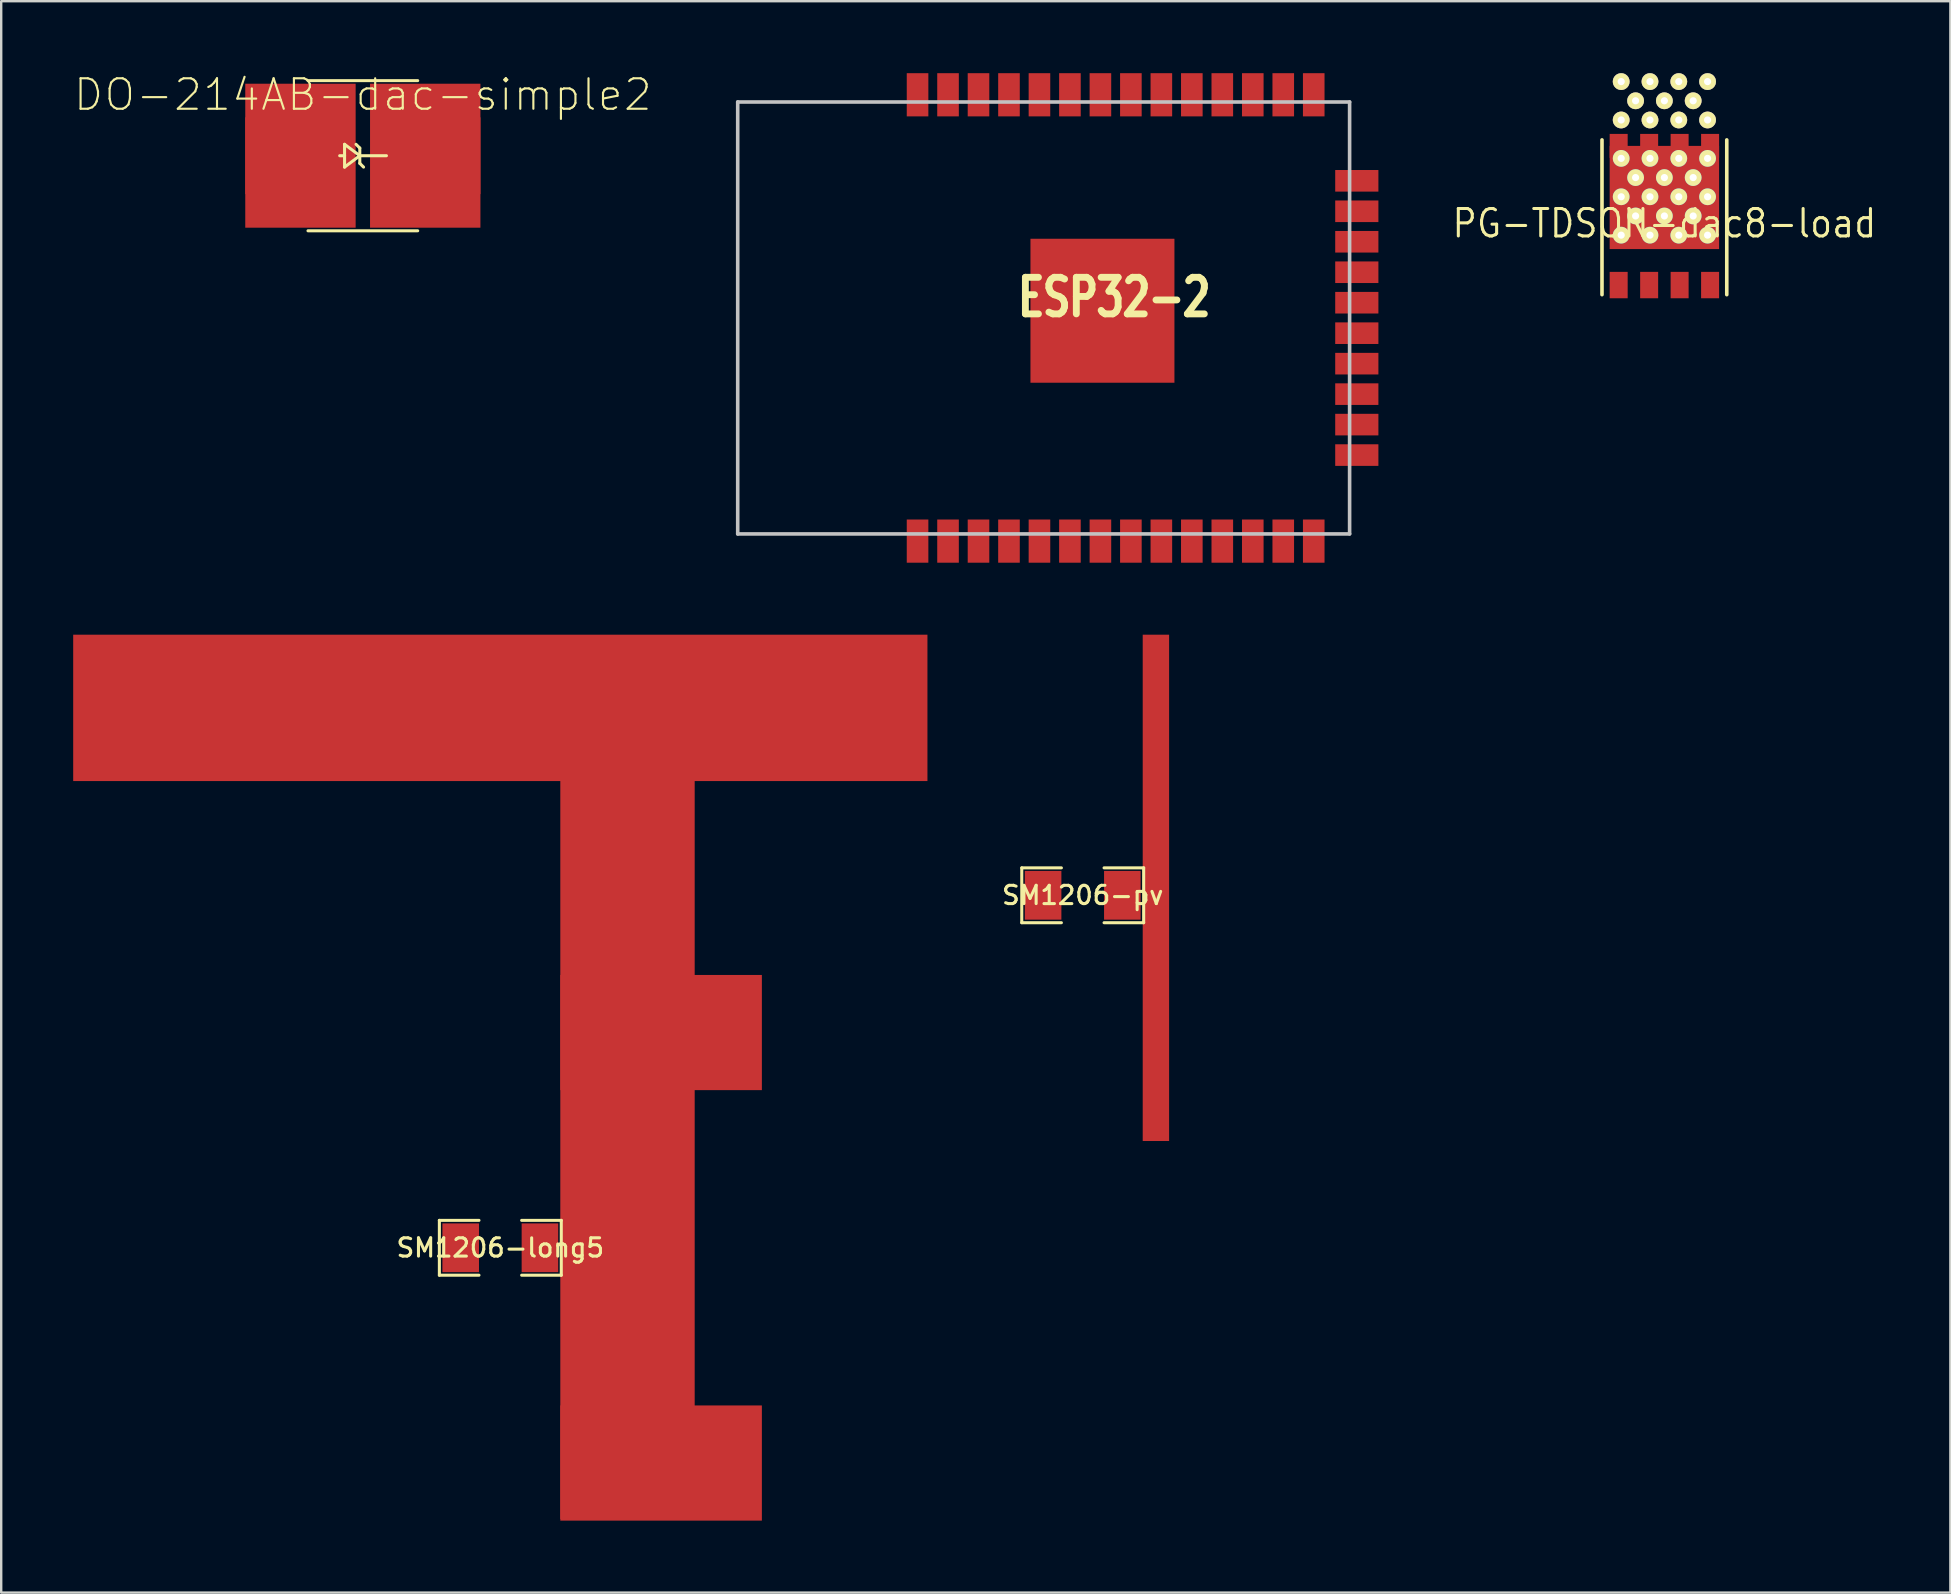
<source format=kicad_pcb>
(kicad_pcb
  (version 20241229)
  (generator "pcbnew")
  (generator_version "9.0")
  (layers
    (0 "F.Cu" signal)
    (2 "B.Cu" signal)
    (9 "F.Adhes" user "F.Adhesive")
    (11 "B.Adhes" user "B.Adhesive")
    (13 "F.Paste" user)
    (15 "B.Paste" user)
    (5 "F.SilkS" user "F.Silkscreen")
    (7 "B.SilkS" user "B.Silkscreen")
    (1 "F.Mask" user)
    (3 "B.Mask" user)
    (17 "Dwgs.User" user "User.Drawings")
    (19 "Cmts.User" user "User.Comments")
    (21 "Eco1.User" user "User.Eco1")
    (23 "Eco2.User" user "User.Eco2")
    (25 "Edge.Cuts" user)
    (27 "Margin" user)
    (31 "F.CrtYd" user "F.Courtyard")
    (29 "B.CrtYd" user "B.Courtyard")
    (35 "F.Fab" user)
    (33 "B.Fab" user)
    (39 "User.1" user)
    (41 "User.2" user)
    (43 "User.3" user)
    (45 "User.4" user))
  (footprint "SM1206-pv"
    (layer "F.Cu")
    (at 42.071 34.26)
    (property "Reference" "SM1206-pv" (at 0 0 0) (layer "F.SilkS") (effects (font (size 0.762 0.762) (thickness 0.127))))
    (attr smd)
    (fp_line (start -2.54 -1.143) (end -2.54 1.143) (stroke (width 0.127) (type solid)) (layer "F.SilkS"))
    (fp_line (start -2.54 1.143) (end -0.889 1.143) (stroke (width 0.127) (type solid)) (layer "F.SilkS"))
    (fp_line (start -0.889 -1.143) (end -2.54 -1.143) (stroke (width 0.127) (type solid)) (layer "F.SilkS"))
    (fp_line (start 0.889 -1.143) (end 2.54 -1.143) (stroke (width 0.127) (type solid)) (layer "F.SilkS"))
    (fp_line (start 2.54 -1.143) (end 2.54 1.143) (stroke (width 0.127) (type solid)) (layer "F.SilkS"))
    (fp_line (start 2.54 1.143) (end 0.889 1.143) (stroke (width 0.127) (type solid)) (layer "F.SilkS"))
    (pad "1" smd rect (at -1.651 0) (size 1.524 2.032) (layers "F.Cu" "F.Mask" "F.Paste"))
    (pad "2" smd rect (at 1.651 0) (size 1.524 2.032) (layers "F.Cu" "F.Mask" "F.Paste"))
    (pad "2" smd rect (at 3.05 -0.31) (size 1.1 21.1) (layers "F.Cu")))
  (footprint "DO-214AB-dac-simple2"
    (layer "F.Cu")
    (at 12.071 3.439)
    (property "Reference" "DO-214AB-dac-simple2" (at 0 -2.54 0) (layer "F.SilkS") (effects (font (size 1.27 1.27) (thickness 0.089))))
    (attr smd)
    (fp_line (start -2.286 -3.129) (end 2.286 -3.129) (stroke (width 0.127) (type solid)) (layer "F.SilkS"))
    (fp_line (start -2.286 3.129) (end 2.286 3.129) (stroke (width 0.127) (type solid)) (layer "F.SilkS"))
    (fp_line (start -0.762 -0.475) (end -0.762 0) (stroke (width 0.127) (type solid)) (layer "F.SilkS"))
    (fp_line (start -0.762 0) (end -0.965 0) (stroke (width 0.127) (type solid)) (layer "F.SilkS"))
    (fp_line (start -0.762 0) (end -0.762 0.475) (stroke (width 0.127) (type solid)) (layer "F.SilkS"))
    (fp_line (start -0.762 0.475) (end -0.127 0) (stroke (width 0.127) (type solid)) (layer "F.SilkS"))
    (fp_line (start -0.127 -0.318) (end -0.284 -0.475) (stroke (width 0.127) (type solid)) (layer "F.SilkS"))
    (fp_line (start -0.127 0) (end -0.762 -0.475) (stroke (width 0.127) (type solid)) (layer "F.SilkS"))
    (fp_line (start -0.127 0) (end -0.127 -0.318) (stroke (width 0.127) (type solid)) (layer "F.SilkS"))
    (fp_line (start -0.127 0) (end -0.127 0.318) (stroke (width 0.127) (type solid)) (layer "F.SilkS"))
    (fp_line (start -0.127 0) (end 0.983 0) (stroke (width 0.127) (type solid)) (layer "F.SilkS"))
    (fp_line (start -0.127 0.318) (end 0.03 0.475) (stroke (width 0.127) (type solid)) (layer "F.SilkS"))
    (pad "1" smd rect (at -3.6 0) (size 2.601 3.2) (layers "F.Cu" "F.Mask" "F.Paste"))
    (pad "1" smd rect (at -2.6 0) (size 4.6 6) (layers "F.Cu"))
    (pad "2" smd rect (at 2.6 0) (size 4.6 6) (layers "F.Cu"))
    (pad "2" smd rect (at 3.6 0) (size 2.601 3.2) (layers "F.Cu" "F.Mask" "F.Paste")))
  (footprint "ESP32-2"
    (layer "F.Cu")
    (at 43.443 10.2)
    (property "Reference" "ESP32-2" (at -0.06 -0.86 0) (layer "F.SilkS") (effects (font (size 1.524 1.143) (thickness 0.305))))
    (attr through_hole)
    (fp_line (start -15.75 -9) (end -9.75 -9) (stroke (width 0.15) (type solid)) (layer "F.Mask"))
    (fp_line (start -15.75 9) (end -15.75 -9) (stroke (width 0.15) (type solid)) (layer "F.Mask"))
    (fp_line (start -9.75 -9) (end -9.75 9) (stroke (width 0.15) (type solid)) (layer "F.Mask"))
    (fp_line (start -9.75 9) (end -15.75 9) (stroke (width 0.15) (type solid)) (layer "F.Mask"))
    (fp_line (start -15.75 9) (end -15.75 -9) (stroke (width 0.15) (type solid)) (layer "Dwgs.User"))
    (fp_line (start 9.75 -9) (end -15.75 -9) (stroke (width 0.15) (type solid)) (layer "Dwgs.User"))
    (fp_line (start 9.75 -9) (end 9.75 9) (stroke (width 0.15) (type solid)) (layer "Dwgs.User"))
    (fp_line (start 9.75 9) (end -15.75 9) (stroke (width 0.15) (type solid)) (layer "Dwgs.User"))
    (pad "" smd rect (at -12.8 0) (size 7 20) (layers "F.Mask"))
    (pad "1" smd rect (at -8.255 9.3) (size 0.9 1.8) (layers "F.Cu" "F.Mask" "F.Paste"))
    (pad "2" smd rect (at -6.985 9.3) (size 0.9 1.8) (layers "F.Cu" "F.Mask" "F.Paste"))
    (pad "3" smd rect (at -5.715 9.3) (size 0.9 1.8) (layers "F.Cu" "F.Mask" "F.Paste"))
    (pad "4" smd rect (at -4.445 9.3) (size 0.9 1.8) (layers "F.Cu" "F.Mask" "F.Paste"))
    (pad "5" smd rect (at -3.175 9.3) (size 0.9 1.8) (layers "F.Cu" "F.Mask" "F.Paste"))
    (pad "6" smd rect (at -1.905 9.3) (size 0.9 1.8) (layers "F.Cu" "F.Mask" "F.Paste"))
    (pad "7" smd rect (at -0.635 9.3) (size 0.9 1.8) (layers "F.Cu" "F.Mask" "F.Paste"))
    (pad "8" smd rect (at 0.635 9.3) (size 0.9 1.8) (layers "F.Cu" "F.Mask" "F.Paste"))
    (pad "9" smd rect (at 1.905 9.3) (size 0.9 1.8) (layers "F.Cu" "F.Mask" "F.Paste"))
    (pad "10" smd rect (at 3.175 9.3) (size 0.9 1.8) (layers "F.Cu" "F.Mask" "F.Paste"))
    (pad "11" smd rect (at 4.445 9.3) (size 0.9 1.8) (layers "F.Cu" "F.Mask" "F.Paste"))
    (pad "12" smd rect (at 5.715 9.3) (size 0.9 1.8) (layers "F.Cu" "F.Mask" "F.Paste"))
    (pad "13" smd rect (at 6.985 9.3) (size 0.9 1.8) (layers "F.Cu" "F.Mask" "F.Paste"))
    (pad "14" smd rect (at 8.255 9.3) (size 0.9 1.8) (layers "F.Cu" "F.Mask" "F.Paste"))
    (pad "15" smd rect (at 10.05 5.715) (size 1.8 0.9) (layers "F.Cu" "F.Mask" "F.Paste"))
    (pad "16" smd rect (at 10.05 4.445) (size 1.8 0.9) (layers "F.Cu" "F.Mask" "F.Paste"))
    (pad "17" smd rect (at 10.05 3.175) (size 1.8 0.9) (layers "F.Cu" "F.Mask" "F.Paste"))
    (pad "18" smd rect (at 10.05 1.905) (size 1.8 0.9) (layers "F.Cu" "F.Mask" "F.Paste"))
    (pad "19" smd rect (at 10.05 0.635) (size 1.8 0.9) (layers "F.Cu" "F.Mask" "F.Paste"))
    (pad "20" smd rect (at 10.05 -0.635) (size 1.8 0.9) (layers "F.Cu" "F.Mask" "F.Paste"))
    (pad "21" smd rect (at 10.05 -1.905) (size 1.8 0.9) (layers "F.Cu" "F.Mask" "F.Paste"))
    (pad "22" smd rect (at 10.05 -3.175) (size 1.8 0.9) (layers "F.Cu" "F.Mask" "F.Paste"))
    (pad "23" smd rect (at 10.05 -4.445) (size 1.8 0.9) (layers "F.Cu" "F.Mask" "F.Paste"))
    (pad "24" smd rect (at 10.05 -5.715) (size 1.8 0.9) (layers "F.Cu" "F.Mask" "F.Paste"))
    (pad "25" smd rect (at 8.255 -9.3) (size 0.9 1.8) (layers "F.Cu" "F.Mask" "F.Paste"))
    (pad "26" smd rect (at 6.985 -9.3) (size 0.9 1.8) (layers "F.Cu" "F.Mask" "F.Paste"))
    (pad "27" smd rect (at 5.715 -9.3) (size 0.9 1.8) (layers "F.Cu" "F.Mask" "F.Paste"))
    (pad "28" smd rect (at 4.445 -9.3) (size 0.9 1.8) (layers "F.Cu" "F.Mask" "F.Paste"))
    (pad "29" smd rect (at 3.175 -9.3) (size 0.9 1.8) (layers "F.Cu" "F.Mask" "F.Paste"))
    (pad "30" smd rect (at 1.905 -9.3) (size 0.9 1.8) (layers "F.Cu" "F.Mask" "F.Paste"))
    (pad "31" smd rect (at 0.635 -9.3) (size 0.9 1.8) (layers "F.Cu" "F.Mask" "F.Paste"))
    (pad "32" smd rect (at -0.635 -9.3) (size 0.9 1.8) (layers "F.Cu" "F.Mask" "F.Paste"))
    (pad "33" smd rect (at -1.905 -9.3) (size 0.9 1.8) (layers "F.Cu" "F.Mask" "F.Paste"))
    (pad "34" smd rect (at -3.175 -9.3) (size 0.9 1.8) (layers "F.Cu" "F.Mask" "F.Paste"))
    (pad "35" smd rect (at -4.445 -9.3) (size 0.9 1.8) (layers "F.Cu" "F.Mask" "F.Paste"))
    (pad "36" smd rect (at -5.715 -9.3) (size 0.9 1.8) (layers "F.Cu" "F.Mask" "F.Paste"))
    (pad "37" smd rect (at -6.985 -9.3) (size 0.9 1.8) (layers "F.Cu" "F.Mask" "F.Paste"))
    (pad "38" smd rect (at -8.255 -9.3) (size 0.9 1.8) (layers "F.Cu" "F.Mask" "F.Paste"))
    (pad "39" smd rect (at -0.55 -0.3) (size 6 6) (layers "F.Cu" "F.Mask" "F.Paste")))
  (footprint "PG-TDSON-dac8-load"
    (layer "F.Cu")
    (at 66.311 7.53)
    (property "Reference" "PG-TDSON-dac8-load" (at 0 -1.27 0) (layer "F.SilkS") (effects (font (size 1.143 1.016) (thickness 0.127))))
    (attr smd)
    (fp_line (start -2.6 -4.75) (end -2.6 1.7) (stroke (width 0.15) (type solid)) (layer "F.SilkS"))
    (fp_line (start 2.6 -4.75) (end 2.6 1.7) (stroke (width 0.15) (type solid)) (layer "F.SilkS"))
    (pad "D" smd rect (at -1.905 -4.5) (size 0.75 1) (layers "F.Cu" "F.Mask" "F.Paste"))
    (pad "D" thru_hole circle (at -1.8 -7.18) (size 0.7 0.7) (drill 0.3) (layers "*.Cu" "*.Mask" "F.SilkS"))
    (pad "D" thru_hole circle (at -1.8 -5.58) (size 0.7 0.7) (drill 0.3) (layers "*.Cu" "*.Mask" "F.SilkS"))
    (pad "D" thru_hole circle (at -1.8 -3.98) (size 0.7 0.7) (drill 0.3) (layers "*.Cu" "*.Mask" "F.SilkS"))
    (pad "D" thru_hole circle (at -1.8 -2.38) (size 0.7 0.7) (drill 0.3) (layers "*.Cu" "*.Mask" "F.SilkS"))
    (pad "D" thru_hole circle (at -1.8 -0.78) (size 0.7 0.7) (drill 0.3) (layers "*.Cu" "*.Mask" "F.SilkS"))
    (pad "D" thru_hole circle (at -1.2 -6.38) (size 0.7 0.7) (drill 0.3) (layers "*.Cu" "*.Mask" "F.SilkS"))
    (pad "D" thru_hole circle (at -1.2 -3.18) (size 0.7 0.7) (drill 0.3) (layers "*.Cu" "*.Mask" "F.SilkS"))
    (pad "D" thru_hole circle (at -1.2 -1.58) (size 0.7 0.7) (drill 0.3) (layers "*.Cu" "*.Mask" "F.SilkS"))
    (pad "D" smd rect (at -1.15 -3) (size 1.8 1.5) (layers "*.Paste" "F.Cu"))
    (pad "D" smd rect (at -1.15 -1.175) (size 1.8 1.5) (layers "*.Paste" "F.Cu"))
    (pad "D" smd rect (at -0.635 -4.5) (size 0.75 1) (layers "F.Cu" "F.Mask" "F.Paste"))
    (pad "D" thru_hole circle (at -0.6 -7.18) (size 0.7 0.7) (drill 0.3) (layers "*.Cu" "*.Mask" "F.SilkS"))
    (pad "D" thru_hole circle (at -0.6 -5.58) (size 0.7 0.7) (drill 0.3) (layers "*.Cu" "*.Mask" "F.SilkS"))
    (pad "D" thru_hole circle (at -0.6 -3.98) (size 0.7 0.7) (drill 0.3) (layers "*.Cu" "*.Mask" "F.SilkS"))
    (pad "D" thru_hole circle (at -0.6 -2.38) (size 0.7 0.7) (drill 0.3) (layers "*.Cu" "*.Mask" "F.SilkS"))
    (pad "D" thru_hole circle (at -0.6 -0.78) (size 0.7 0.7) (drill 0.3) (layers "*.Cu" "*.Mask" "F.SilkS"))
    (pad "D" thru_hole circle (at 0 -6.38) (size 0.7 0.7) (drill 0.3) (layers "*.Cu" "*.Mask" "F.SilkS"))
    (pad "D" thru_hole circle (at 0 -3.18) (size 0.7 0.7) (drill 0.3) (layers "*.Cu" "*.Mask" "F.SilkS"))
    (pad "D" smd rect (at 0 -2.35) (size 4.56 4.3) (layers "F.Cu" "F.Mask"))
    (pad "D" thru_hole circle (at 0 -1.58) (size 0.7 0.7) (drill 0.3) (layers "*.Cu" "*.Mask" "F.SilkS"))
    (pad "D" thru_hole circle (at 0.6 -7.18) (size 0.7 0.7) (drill 0.3) (layers "*.Cu" "*.Mask" "F.SilkS"))
    (pad "D" thru_hole circle (at 0.6 -5.58) (size 0.7 0.7) (drill 0.3) (layers "*.Cu" "*.Mask" "F.SilkS"))
    (pad "D" thru_hole circle (at 0.6 -3.98) (size 0.7 0.7) (drill 0.3) (layers "*.Cu" "*.Mask" "F.SilkS"))
    (pad "D" thru_hole circle (at 0.6 -2.38) (size 0.7 0.7) (drill 0.3) (layers "*.Cu" "*.Mask" "F.SilkS"))
    (pad "D" thru_hole circle (at 0.6 -0.78) (size 0.7 0.7) (drill 0.3) (layers "*.Cu" "*.Mask" "F.SilkS"))
    (pad "D" smd rect (at 0.635 -4.5) (size 0.75 1) (layers "F.Cu" "F.Mask" "F.Paste"))
    (pad "D" smd rect (at 1.15 -3) (size 1.8 1.5) (layers "*.Paste" "F.Cu"))
    (pad "D" smd rect (at 1.15 -1.175) (size 1.8 1.5) (layers "*.Paste" "F.Cu"))
    (pad "D" thru_hole circle (at 1.2 -6.38) (size 0.7 0.7) (drill 0.3) (layers "*.Cu" "*.Mask" "F.SilkS"))
    (pad "D" thru_hole circle (at 1.2 -3.18) (size 0.7 0.7) (drill 0.3) (layers "*.Cu" "*.Mask" "F.SilkS"))
    (pad "D" thru_hole circle (at 1.2 -1.58) (size 0.7 0.7) (drill 0.3) (layers "*.Cu" "*.Mask" "F.SilkS"))
    (pad "D" thru_hole circle (at 1.8 -7.18) (size 0.7 0.7) (drill 0.3) (layers "*.Cu" "*.Mask" "F.SilkS"))
    (pad "D" thru_hole circle (at 1.8 -5.58) (size 0.7 0.7) (drill 0.3) (layers "*.Cu" "*.Mask" "F.SilkS"))
    (pad "D" thru_hole circle (at 1.8 -3.98) (size 0.7 0.7) (drill 0.3) (layers "*.Cu" "*.Mask" "F.SilkS"))
    (pad "D" thru_hole circle (at 1.8 -2.38) (size 0.7 0.7) (drill 0.3) (layers "*.Cu" "*.Mask" "F.SilkS"))
    (pad "D" thru_hole circle (at 1.8 -0.78) (size 0.7 0.7) (drill 0.3) (layers "*.Cu" "*.Mask" "F.SilkS"))
    (pad "D" smd rect (at 1.905 -4.5) (size 0.75 1) (layers "F.Cu" "F.Mask" "F.Paste"))
    (pad "G" smd rect (at 1.905 1.3) (size 0.75 1.1) (layers "F.Cu" "F.Mask" "F.Paste"))
    (pad "S" smd rect (at -1.905 1.3) (size 0.75 1.1) (layers "F.Cu" "F.Mask" "F.Paste"))
    (pad "S" smd rect (at -0.635 1.3) (size 0.75 1.1) (layers "F.Cu" "F.Mask" "F.Paste"))
    (pad "S" smd rect (at 0.635 1.3) (size 0.75 1.1) (layers "F.Cu" "F.Mask" "F.Paste")))
  (footprint "SM1206-long5"
    (layer "F.Cu")
    (at 17.8 48.95)
    (property "Reference" "SM1206-long5" (at 0 0 0) (layer "F.SilkS") (effects (font (size 0.762 0.762) (thickness 0.127))))
    (attr smd)
    (fp_line (start -2.54 -1.143) (end -2.54 1.143) (stroke (width 0.127) (type solid)) (layer "F.SilkS"))
    (fp_line (start -2.54 1.143) (end -0.889 1.143) (stroke (width 0.127) (type solid)) (layer "F.SilkS"))
    (fp_line (start -0.889 -1.143) (end -2.54 -1.143) (stroke (width 0.127) (type solid)) (layer "F.SilkS"))
    (fp_line (start 0.889 -1.143) (end 2.54 -1.143) (stroke (width 0.127) (type solid)) (layer "F.SilkS"))
    (fp_line (start 2.54 -1.143) (end 2.54 1.143) (stroke (width 0.127) (type solid)) (layer "F.SilkS"))
    (fp_line (start 2.54 1.143) (end 0.889 1.143) (stroke (width 0.127) (type solid)) (layer "F.SilkS"))
    (pad "1" smd rect (at -1.651 0) (size 1.524 2.032) (layers "F.Cu" "F.Mask" "F.Paste"))
    (pad "2" smd rect (at 0 -22.5) (size 35.6 6.1) (layers "F.Cu"))
    (pad "2" smd rect (at 1.651 0) (size 1.524 2.032) (layers "F.Cu" "F.Mask" "F.Paste"))
    (pad "2" smd rect (at 5.3 0) (size 5.6 30.8) (drill (offset 0 -4.1)) (layers "F.Cu"))
    (pad "2" smd rect (at 6.7 -8.97) (size 8.4 4.8) (layers "F.Cu"))
    (pad "2" smd rect (at 6.7 8.97) (size 8.4 4.8) (layers "F.Cu")))
  (gr_rect
    (start -3 -3)
    (end 78.23 63.32)
    (stroke (width 0.1) (type default))
    (fill no)
    (layer "Edge.Cuts")))
</source>
